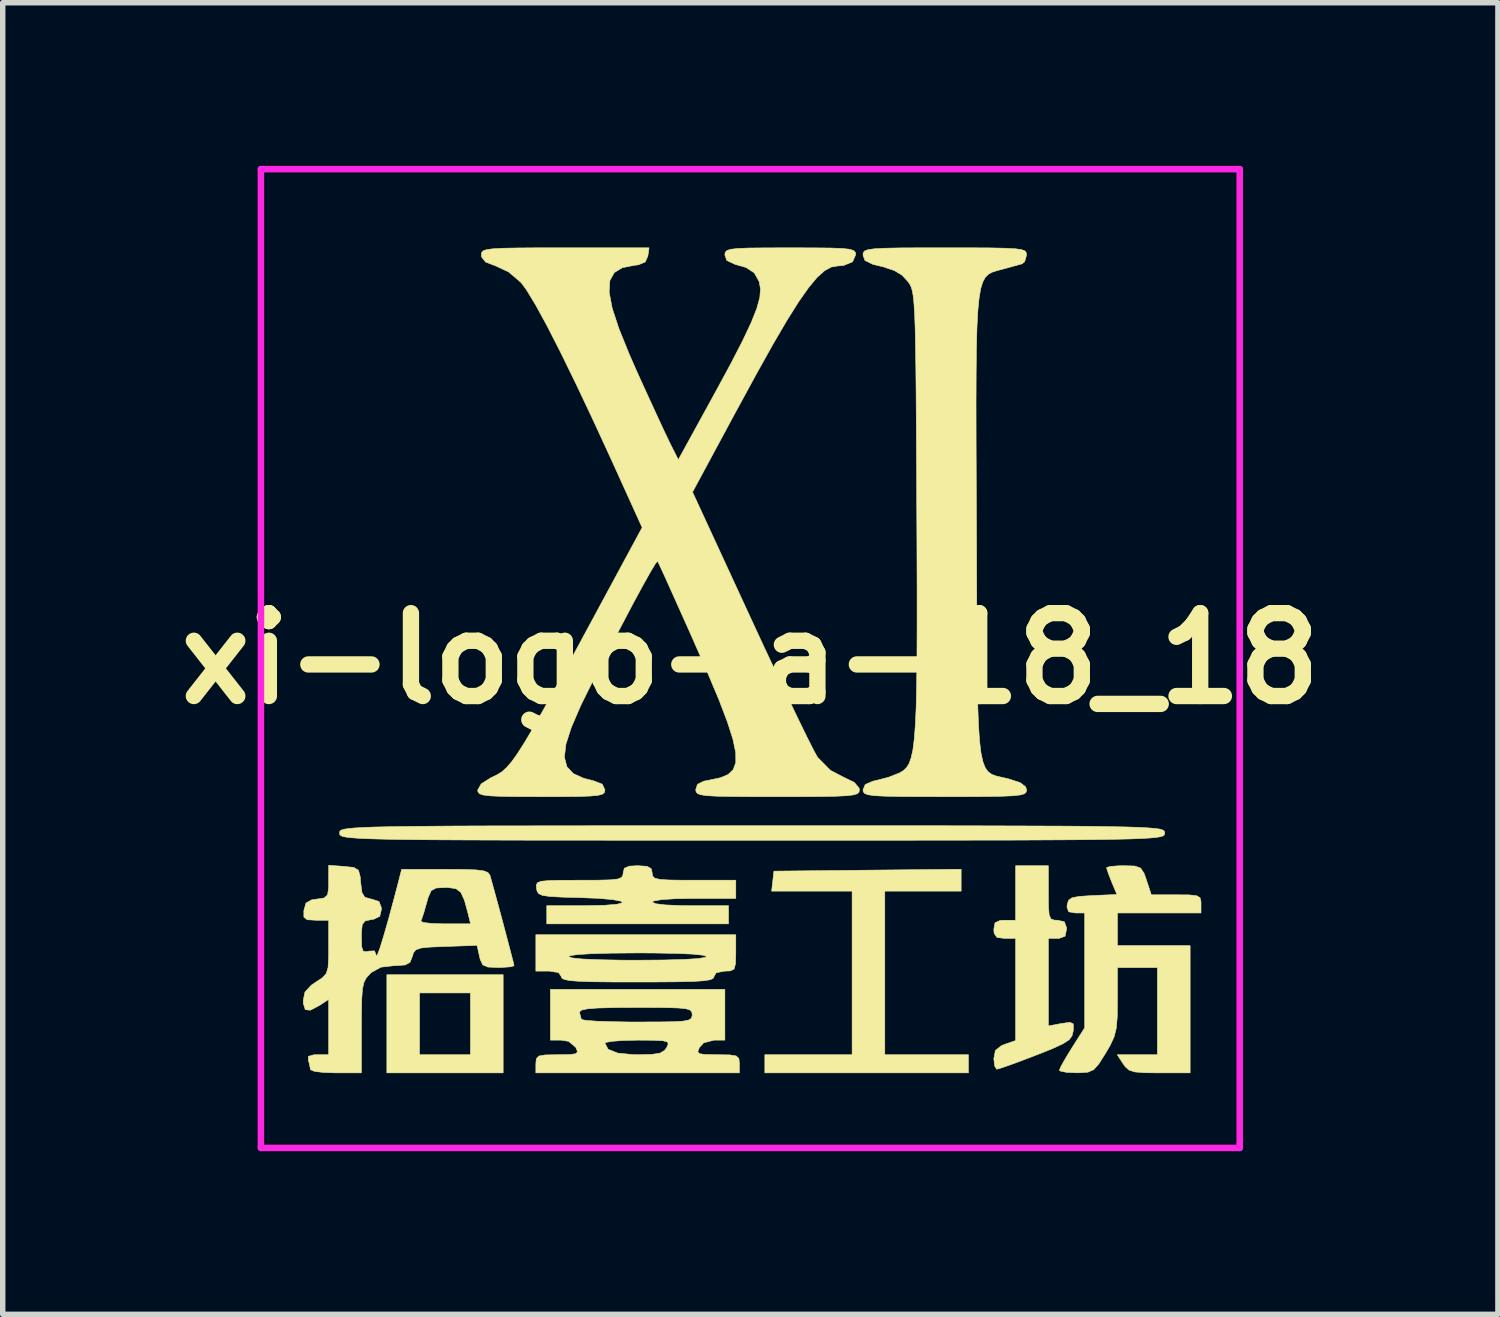
<source format=kicad_pcb>
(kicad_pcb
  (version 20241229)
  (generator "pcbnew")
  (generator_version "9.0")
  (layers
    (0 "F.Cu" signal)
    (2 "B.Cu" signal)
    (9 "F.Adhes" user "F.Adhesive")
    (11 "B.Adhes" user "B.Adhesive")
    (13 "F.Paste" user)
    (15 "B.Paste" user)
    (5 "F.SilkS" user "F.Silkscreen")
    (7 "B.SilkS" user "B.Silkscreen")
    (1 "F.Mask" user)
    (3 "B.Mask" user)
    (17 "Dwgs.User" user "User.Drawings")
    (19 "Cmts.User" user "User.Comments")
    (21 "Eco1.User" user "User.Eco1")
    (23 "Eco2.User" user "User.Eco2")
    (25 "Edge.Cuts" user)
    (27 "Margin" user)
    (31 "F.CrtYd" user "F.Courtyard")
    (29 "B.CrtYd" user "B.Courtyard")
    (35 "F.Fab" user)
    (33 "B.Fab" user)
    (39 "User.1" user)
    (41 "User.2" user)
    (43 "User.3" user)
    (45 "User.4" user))
  (footprint "xi-logo-a-18_18"
    (layer "F.Cu")
    (at 10.748 9.06)
    (property "Reference" "xi-logo-a-18_18" (at 0 0 0) (layer "F.SilkS") (effects (font (size 1.524 1.524) (thickness 0.3))))
    (attr through_hole)
    (fp_poly (pts (xy -4.545 7.62) (xy -6.684 7.62) (xy -6.684 6.149) (xy -6.083 6.149) (xy -6.083 7.286) (xy -5.147 7.286) (xy -5.147 6.149) (xy -6.083 6.149) (xy -6.684 6.149) (xy -6.684 5.815) (xy -4.545 5.815) (xy -4.545 7.62)) (stroke (width 0.01) (type solid)) (fill yes) (layer "F.SilkS"))
    (fp_poly (pts (xy 3.877 4.278) (xy 2.473 4.278) (xy 2.473 7.286) (xy 4.011 7.286) (xy 4.011 7.62) (xy 0.267 7.62) (xy 0.267 7.286) (xy 1.872 7.286) (xy 1.872 4.278) (xy 0.392 4.278) (xy 0.413 4.094) (xy 0.434 3.91) (xy 2.156 3.892) (xy 3.877 3.875) (xy 3.877 4.278)) (stroke (width 0.01) (type solid)) (fill yes) (layer "F.SilkS"))
    (fp_poly (pts (xy 5.481 4.311) (xy 5.483 4.566) (xy 5.496 4.716) (xy 5.528 4.788) (xy 5.589 4.811) (xy 5.648 4.813) (xy 5.775 4.84) (xy 5.815 4.949) (xy 5.815 4.98) (xy 5.788 5.107) (xy 5.679 5.146) (xy 5.648 5.147) (xy 5.481 5.147) (xy 5.481 6.757) (xy 5.72 6.712) (xy 5.877 6.69) (xy 5.939 6.718) (xy 5.941 6.82) (xy 5.937 6.852) (xy 5.916 6.939) (xy 5.862 7.011) (xy 5.75 7.084) (xy 5.56 7.172) (xy 5.267 7.289) (xy 5.251 7.295) (xy 4.973 7.401) (xy 4.741 7.486) (xy 4.584 7.539) (xy 4.532 7.553) (xy 4.494 7.495) (xy 4.478 7.359) (xy 4.507 7.207) (xy 4.618 7.119) (xy 4.679 7.095) (xy 4.879 7.025) (xy 4.879 5.147) (xy 4.679 5.147) (xy 4.536 5.129) (xy 4.483 5.052) (xy 4.478 4.98) (xy 4.5 4.86) (xy 4.592 4.817) (xy 4.679 4.813) (xy 4.879 4.813) (xy 4.879 3.81) (xy 5.481 3.81) (xy 5.481 4.311)) (stroke (width 0.01) (type solid)) (fill yes) (layer "F.SilkS"))
    (fp_poly (pts (xy -0.267 5.414) (xy -0.272 5.612) (xy -0.299 5.711) (xy -0.369 5.745) (xy -0.468 5.748) (xy -0.627 5.778) (xy -0.668 5.849) (xy -0.684 5.883) (xy -0.743 5.908) (xy -0.86 5.926) (xy -1.052 5.938) (xy -1.335 5.945) (xy -1.723 5.948) (xy -2.072 5.949) (xy -2.546 5.948) (xy -2.902 5.944) (xy -3.156 5.935) (xy -3.325 5.922) (xy -3.424 5.901) (xy -3.468 5.874) (xy -3.476 5.849) (xy -3.527 5.775) (xy -3.688 5.749) (xy -3.71 5.748) (xy -3.944 5.748) (xy -3.944 5.481) (xy -3.342 5.481) (xy -3.277 5.506) (xy -3.086 5.526) (xy -2.778 5.539) (xy -2.362 5.547) (xy -2.072 5.548) (xy -1.596 5.544) (xy -1.224 5.534) (xy -0.964 5.518) (xy -0.825 5.496) (xy -0.802 5.481) (xy -0.868 5.456) (xy -1.058 5.436) (xy -1.366 5.423) (xy -1.782 5.415) (xy -2.072 5.414) (xy -2.548 5.418) (xy -2.92 5.428) (xy -3.18 5.444) (xy -3.32 5.466) (xy -3.342 5.481) (xy -3.944 5.481) (xy -3.944 5.08) (xy -0.267 5.08) (xy -0.267 5.414)) (stroke (width 0.01) (type solid)) (fill yes) (layer "F.SilkS"))
    (fp_poly (pts (xy -1.897 3.821) (xy -1.82 3.867) (xy -1.805 3.944) (xy -1.797 4.001) (xy -1.757 4.039) (xy -1.664 4.062) (xy -1.493 4.073) (xy -1.224 4.077) (xy -1.036 4.077) (xy -0.267 4.077) (xy -0.267 4.412) (xy -1.036 4.412) (xy -1.378 4.417) (xy -1.63 4.433) (xy -1.775 4.458) (xy -1.805 4.478) (xy -1.741 4.509) (xy -1.562 4.531) (xy -1.285 4.543) (xy -1.103 4.545) (xy -0.401 4.545) (xy -0.401 4.879) (xy -3.743 4.879) (xy -3.743 4.545) (xy -3.041 4.545) (xy -2.682 4.538) (xy -2.453 4.519) (xy -2.352 4.493) (xy -2.377 4.463) (xy -2.525 4.434) (xy -2.794 4.41) (xy -3.125 4.397) (xy -3.459 4.388) (xy -3.683 4.376) (xy -3.819 4.357) (xy -3.891 4.325) (xy -3.922 4.276) (xy -3.932 4.228) (xy -3.936 4.165) (xy -3.914 4.122) (xy -3.844 4.096) (xy -3.704 4.083) (xy -3.473 4.078) (xy -3.146 4.077) (xy -2.806 4.076) (xy -2.578 4.07) (xy -2.44 4.055) (xy -2.368 4.027) (xy -2.343 3.984) (xy -2.339 3.944) (xy -2.317 3.856) (xy -2.226 3.818) (xy -2.072 3.81) (xy -1.897 3.821)) (stroke (width 0.01) (type solid)) (fill yes) (layer "F.SilkS"))
    (fp_poly (pts (xy 7.07 3.816) (xy 7.177 3.853) (xy 7.241 3.95) (xy 7.286 4.077) (xy 7.374 4.345) (xy 7.831 4.345) (xy 8.072 4.347) (xy 8.209 4.362) (xy 8.271 4.4) (xy 8.288 4.472) (xy 8.288 4.512) (xy 8.288 4.679) (xy 6.751 4.679) (xy 6.751 5.281) (xy 8.088 5.281) (xy 8.088 7.62) (xy 7.527 7.62) (xy 7.25 7.617) (xy 7.075 7.603) (xy 6.968 7.57) (xy 6.898 7.51) (xy 6.857 7.453) (xy 6.748 7.286) (xy 7.486 7.286) (xy 7.486 5.682) (xy 6.751 5.682) (xy 6.751 6.29) (xy 6.748 6.588) (xy 6.73 6.797) (xy 6.69 6.958) (xy 6.617 7.115) (xy 6.534 7.257) (xy 6.41 7.453) (xy 6.315 7.561) (xy 6.208 7.607) (xy 6.05 7.618) (xy 5.999 7.618) (xy 5.814 7.61) (xy 5.701 7.586) (xy 5.683 7.57) (xy 5.718 7.491) (xy 5.806 7.336) (xy 5.917 7.155) (xy 6.149 6.791) (xy 6.149 4.679) (xy 5.978 4.679) (xy 5.853 4.657) (xy 5.823 4.569) (xy 5.827 4.529) (xy 5.851 4.447) (xy 5.915 4.4) (xy 6.05 4.374) (xy 6.286 4.359) (xy 6.295 4.359) (xy 6.742 4.339) (xy 6.646 4.11) (xy 6.584 3.952) (xy 6.552 3.854) (xy 6.551 3.846) (xy 6.611 3.825) (xy 6.764 3.812) (xy 6.874 3.81) (xy 7.07 3.816)) (stroke (width 0.01) (type solid)) (fill yes) (layer "F.SilkS"))
    (fp_poly (pts (xy 1.201 3.075) (xy 2.243 3.075) (xy 3.165 3.075) (xy 3.975 3.076) (xy 4.68 3.078) (xy 5.289 3.08) (xy 5.806 3.082) (xy 6.241 3.086) (xy 6.6 3.091) (xy 6.891 3.097) (xy 7.12 3.104) (xy 7.296 3.113) (xy 7.424 3.123) (xy 7.514 3.134) (xy 7.57 3.148) (xy 7.602 3.164) (xy 7.616 3.181) (xy 7.62 3.201) (xy 7.62 3.208) (xy 7.618 3.229) (xy 7.609 3.247) (xy 7.584 3.264) (xy 7.536 3.278) (xy 7.459 3.29) (xy 7.345 3.301) (xy 7.186 3.31) (xy 6.976 3.318) (xy 6.708 3.324) (xy 6.373 3.329) (xy 5.965 3.333) (xy 5.476 3.336) (xy 4.9 3.339) (xy 4.229 3.34) (xy 3.456 3.341) (xy 2.573 3.342) (xy 1.573 3.342) (xy 0.45 3.342) (xy 0.033 3.342) (xy -1.134 3.342) (xy -2.176 3.342) (xy -3.098 3.341) (xy -3.908 3.341) (xy -4.614 3.339) (xy -5.222 3.337) (xy -5.739 3.334) (xy -6.174 3.331) (xy -6.533 3.326) (xy -6.824 3.32) (xy -7.054 3.313) (xy -7.229 3.304) (xy -7.358 3.294) (xy -7.447 3.282) (xy -7.504 3.269) (xy -7.535 3.253) (xy -7.55 3.236) (xy -7.553 3.216) (xy -7.553 3.208) (xy -7.552 3.188) (xy -7.542 3.169) (xy -7.517 3.153) (xy -7.47 3.139) (xy -7.392 3.127) (xy -7.278 3.116) (xy -7.12 3.107) (xy -6.91 3.099) (xy -6.641 3.093) (xy -6.306 3.088) (xy -5.898 3.084) (xy -5.41 3.08) (xy -4.833 3.078) (xy -4.162 3.077) (xy -3.389 3.076) (xy -2.506 3.075) (xy -1.506 3.075) (xy -0.383 3.075) (xy 0.033 3.075) (xy 1.201 3.075)) (stroke (width 0.01) (type solid)) (fill yes) (layer "F.SilkS"))
    (fp_poly (pts (xy -0.468 7.018) (xy -0.666 7.018) (xy -0.858 7.067) (xy -0.936 7.152) (xy -0.966 7.226) (xy -0.94 7.266) (xy -0.833 7.282) (xy -0.618 7.286) (xy -0.604 7.286) (xy -0.381 7.289) (xy -0.26 7.308) (xy -0.21 7.356) (xy -0.201 7.445) (xy -0.201 7.453) (xy -0.201 7.62) (xy -3.944 7.62) (xy -3.944 7.453) (xy -3.935 7.36) (xy -3.889 7.31) (xy -3.774 7.29) (xy -3.558 7.286) (xy -3.54 7.286) (xy -3.32 7.283) (xy -3.207 7.267) (xy -3.178 7.229) (xy -3.206 7.157) (xy -3.208 7.152) (xy -3.303 7.072) (xy -2.674 7.072) (xy -2.616 7.185) (xy -2.441 7.256) (xy -2.144 7.285) (xy -2.061 7.286) (xy -1.811 7.28) (xy -1.661 7.257) (xy -1.576 7.207) (xy -1.537 7.152) (xy -1.51 7.089) (xy -1.526 7.05) (xy -1.608 7.029) (xy -1.777 7.02) (xy -2.057 7.018) (xy -2.07 7.018) (xy -2.335 7.024) (xy -2.541 7.039) (xy -2.658 7.06) (xy -2.674 7.072) (xy -3.303 7.072) (xy -3.34 7.04) (xy -3.478 7.018) (xy -3.676 7.018) (xy -3.676 6.506) (xy -3.142 6.506) (xy -3.112 6.62) (xy -3.097 6.64) (xy -3.018 6.655) (xy -2.829 6.669) (xy -2.557 6.678) (xy -2.224 6.684) (xy -2.061 6.684) (xy -1.678 6.683) (xy -1.409 6.679) (xy -1.234 6.668) (xy -1.132 6.648) (xy -1.084 6.617) (xy -1.07 6.571) (xy -1.069 6.551) (xy -1.076 6.5) (xy -1.108 6.464) (xy -1.186 6.44) (xy -1.328 6.426) (xy -1.555 6.419) (xy -1.886 6.417) (xy -2.106 6.417) (xy -2.514 6.419) (xy -2.805 6.427) (xy -2.996 6.442) (xy -3.102 6.465) (xy -3.141 6.498) (xy -3.142 6.506) (xy -3.676 6.506) (xy -3.676 6.083) (xy -0.468 6.083) (xy -0.468 7.018)) (stroke (width 0.01) (type solid)) (fill yes) (layer "F.SilkS"))
    (fp_poly (pts (xy 4.061 -7.553) (xy 4.429 -7.551) (xy 4.696 -7.545) (xy 4.877 -7.535) (xy 4.99 -7.519) (xy 5.051 -7.495) (xy 5.075 -7.462) (xy 5.08 -7.418) (xy 5.08 -7.417) (xy 5.044 -7.296) (xy 4.996 -7.258) (xy 4.884 -7.227) (xy 4.7 -7.176) (xy 4.624 -7.156) (xy 4.53 -7.131) (xy 4.449 -7.105) (xy 4.38 -7.068) (xy 4.322 -7.011) (xy 4.275 -6.925) (xy 4.236 -6.8) (xy 4.207 -6.626) (xy 4.184 -6.394) (xy 4.168 -6.094) (xy 4.158 -5.717) (xy 4.153 -5.254) (xy 4.151 -4.695) (xy 4.152 -4.03) (xy 4.155 -3.251) (xy 4.159 -2.377) (xy 4.162 -1.497) (xy 4.165 -0.741) (xy 4.169 -0.099) (xy 4.175 0.439) (xy 4.183 0.881) (xy 4.197 1.238) (xy 4.216 1.519) (xy 4.242 1.735) (xy 4.276 1.894) (xy 4.319 2.006) (xy 4.373 2.082) (xy 4.44 2.13) (xy 4.519 2.16) (xy 4.613 2.182) (xy 4.722 2.206) (xy 4.752 2.214) (xy 4.964 2.283) (xy 5.064 2.36) (xy 5.08 2.419) (xy 5.072 2.458) (xy 5.039 2.488) (xy 4.963 2.509) (xy 4.829 2.524) (xy 4.62 2.533) (xy 4.321 2.538) (xy 3.915 2.54) (xy 3.576 2.54) (xy 3.09 2.539) (xy 2.722 2.537) (xy 2.455 2.531) (xy 2.273 2.521) (xy 2.16 2.504) (xy 2.1 2.48) (xy 2.076 2.447) (xy 2.072 2.414) (xy 2.114 2.316) (xy 2.256 2.255) (xy 2.32 2.241) (xy 2.543 2.183) (xy 2.741 2.105) (xy 2.75 2.101) (xy 2.815 2.061) (xy 2.87 2.009) (xy 2.918 1.935) (xy 2.957 1.828) (xy 2.99 1.68) (xy 3.015 1.481) (xy 3.035 1.221) (xy 3.05 0.891) (xy 3.059 0.481) (xy 3.065 -0.019) (xy 3.067 -0.617) (xy 3.067 -1.324) (xy 3.064 -2.149) (xy 3.061 -2.727) (xy 3.057 -3.56) (xy 3.053 -4.269) (xy 3.049 -4.866) (xy 3.044 -5.36) (xy 3.038 -5.762) (xy 3.031 -6.083) (xy 3.022 -6.333) (xy 3.01 -6.521) (xy 2.997 -6.66) (xy 2.98 -6.759) (xy 2.96 -6.828) (xy 2.936 -6.878) (xy 2.908 -6.92) (xy 2.904 -6.926) (xy 2.792 -7.048) (xy 2.649 -7.135) (xy 2.437 -7.205) (xy 2.256 -7.248) (xy 2.107 -7.321) (xy 2.072 -7.421) (xy 2.077 -7.463) (xy 2.103 -7.496) (xy 2.166 -7.519) (xy 2.283 -7.535) (xy 2.469 -7.545) (xy 2.741 -7.551) (xy 3.116 -7.553) (xy 3.576 -7.553) (xy 4.061 -7.553)) (stroke (width 0.01) (type solid)) (fill yes) (layer "F.SilkS"))
    (fp_poly (pts (xy -7.47 3.823) (xy -7.291 3.842) (xy -7.206 3.893) (xy -7.174 4.013) (xy -7.165 4.123) (xy -7.142 4.303) (xy -7.089 4.39) (xy -6.98 4.422) (xy -6.965 4.424) (xy -6.829 4.468) (xy -6.785 4.58) (xy -6.784 4.612) (xy -6.814 4.741) (xy -6.927 4.795) (xy -6.968 4.8) (xy -7.082 4.825) (xy -7.136 4.891) (xy -7.151 5.037) (xy -7.152 5.122) (xy -7.146 5.305) (xy -7.117 5.385) (xy -7.05 5.39) (xy -7.018 5.381) (xy -6.91 5.376) (xy -6.879 5.46) (xy -6.861 5.455) (xy -6.814 5.334) (xy -6.744 5.108) (xy -6.664 4.829) (xy -6.06 4.829) (xy -6.014 4.854) (xy -5.866 4.872) (xy -5.646 4.879) (xy -5.617 4.879) (xy -5.144 4.879) (xy -5.189 4.696) (xy -5.256 4.447) (xy -5.323 4.301) (xy -5.414 4.232) (xy -5.553 4.212) (xy -5.611 4.211) (xy -5.778 4.22) (xy -5.869 4.269) (xy -5.925 4.395) (xy -5.953 4.495) (xy -6.006 4.68) (xy -6.049 4.807) (xy -6.06 4.829) (xy -6.664 4.829) (xy -6.653 4.79) (xy -6.546 4.394) (xy -6.485 4.161) (xy -6.412 3.877) (xy -5.617 3.877) (xy -5.275 3.879) (xy -5.045 3.887) (xy -4.902 3.905) (xy -4.825 3.936) (xy -4.79 3.983) (xy -4.786 3.994) (xy -4.747 4.132) (xy -4.687 4.35) (xy -4.614 4.618) (xy -4.537 4.905) (xy -4.464 5.182) (xy -4.402 5.418) (xy -4.359 5.584) (xy -4.345 5.649) (xy -4.404 5.669) (xy -4.555 5.68) (xy -4.64 5.682) (xy -4.826 5.674) (xy -4.921 5.633) (xy -4.967 5.533) (xy -4.98 5.479) (xy -5.025 5.275) (xy -5.601 5.295) (xy -5.88 5.306) (xy -6.053 5.323) (xy -6.148 5.355) (xy -6.194 5.409) (xy -6.216 5.481) (xy -6.258 5.586) (xy -6.344 5.635) (xy -6.516 5.648) (xy -6.551 5.648) (xy -6.793 5.676) (xy -6.965 5.77) (xy -6.999 5.802) (xy -7.063 5.874) (xy -7.106 5.959) (xy -7.133 6.08) (xy -7.146 6.265) (xy -7.151 6.54) (xy -7.152 6.788) (xy -7.152 7.62) (xy -7.62 7.62) (xy -7.851 7.612) (xy -8.018 7.591) (xy -8.088 7.561) (xy -8.088 7.559) (xy -8.11 7.447) (xy -8.128 7.392) (xy -8.128 7.316) (xy -8.031 7.288) (xy -7.961 7.286) (xy -7.754 7.286) (xy -7.754 6.268) (xy -7.918 6.376) (xy -8.089 6.467) (xy -8.184 6.458) (xy -8.22 6.343) (xy -8.222 6.289) (xy -8.19 6.133) (xy -8.073 6.007) (xy -7.988 5.949) (xy -7.868 5.87) (xy -7.798 5.793) (xy -7.765 5.682) (xy -7.755 5.5) (xy -7.754 5.308) (xy -7.754 4.813) (xy -7.992 4.813) (xy -8.15 4.803) (xy -8.21 4.754) (xy -8.21 4.634) (xy -8.209 4.629) (xy -8.171 4.497) (xy -8.067 4.438) (xy -7.971 4.424) (xy -7.837 4.403) (xy -7.774 4.347) (xy -7.755 4.217) (xy -7.754 4.103) (xy -7.754 3.802) (xy -7.47 3.823)) (stroke (width 0.01) (type solid)) (fill yes) (layer "F.SilkS"))
    (fp_poly (pts (xy -1.884 -7.403) (xy -1.931 -7.293) (xy -2.055 -7.241) (xy -2.139 -7.23) (xy -2.354 -7.187) (xy -2.502 -7.097) (xy -2.583 -6.95) (xy -2.596 -6.737) (xy -2.541 -6.445) (xy -2.417 -6.067) (xy -2.224 -5.59) (xy -2.071 -5.243) (xy -1.903 -4.874) (xy -1.744 -4.528) (xy -1.607 -4.232) (xy -1.503 -4.013) (xy -1.456 -3.917) (xy -1.324 -3.656) (xy -0.635 -4.912) (xy -0.355 -5.429) (xy -0.14 -5.847) (xy 0.017 -6.179) (xy 0.12 -6.439) (xy 0.175 -6.641) (xy 0.187 -6.8) (xy 0.163 -6.929) (xy 0.161 -6.935) (xy 0.073 -7.092) (xy -0.078 -7.191) (xy -0.284 -7.25) (xy -0.432 -7.32) (xy -0.468 -7.421) (xy -0.462 -7.468) (xy -0.432 -7.502) (xy -0.36 -7.526) (xy -0.228 -7.541) (xy -0.017 -7.549) (xy 0.29 -7.552) (xy 0.713 -7.553) (xy 0.735 -7.553) (xy 1.163 -7.552) (xy 1.476 -7.549) (xy 1.691 -7.541) (xy 1.827 -7.526) (xy 1.901 -7.502) (xy 1.932 -7.469) (xy 1.938 -7.427) (xy 1.88 -7.295) (xy 1.713 -7.227) (xy 1.604 -7.219) (xy 1.488 -7.199) (xy 1.366 -7.132) (xy 1.229 -7.01) (xy 1.073 -6.823) (xy 0.89 -6.563) (xy 0.674 -6.219) (xy 0.419 -5.784) (xy 0.119 -5.247) (xy -0.233 -4.6) (xy -0.258 -4.555) (xy -1.063 -3.061) (xy 0.006 -0.745) (xy 0.251 -0.216) (xy 0.486 0.284) (xy 0.701 0.739) (xy 0.891 1.134) (xy 1.047 1.454) (xy 1.163 1.684) (xy 1.232 1.809) (xy 1.235 1.815) (xy 1.473 2.056) (xy 1.701 2.175) (xy 1.912 2.278) (xy 2.001 2.383) (xy 2.005 2.415) (xy 1.999 2.456) (xy 1.968 2.486) (xy 1.896 2.508) (xy 1.768 2.523) (xy 1.567 2.533) (xy 1.277 2.538) (xy 0.882 2.54) (xy 0.501 2.54) (xy 0.016 2.54) (xy -0.352 2.537) (xy -0.619 2.532) (xy -0.8 2.522) (xy -0.913 2.505) (xy -0.974 2.481) (xy -0.998 2.448) (xy -1.003 2.407) (xy -0.971 2.313) (xy -0.857 2.256) (xy -0.731 2.231) (xy -0.548 2.192) (xy -0.409 2.133) (xy -0.315 2.044) (xy -0.267 1.914) (xy -0.268 1.732) (xy -0.319 1.486) (xy -0.421 1.167) (xy -0.575 0.762) (xy -0.785 0.263) (xy -1.051 -0.344) (xy -1.136 -0.535) (xy -1.304 -0.91) (xy -1.453 -1.242) (xy -1.574 -1.511) (xy -1.661 -1.699) (xy -1.703 -1.787) (xy -1.705 -1.792) (xy -1.745 -1.745) (xy -1.839 -1.588) (xy -1.984 -1.329) (xy -2.174 -0.977) (xy -2.404 -0.54) (xy -2.671 -0.027) (xy -2.867 0.356) (xy -3.115 0.857) (xy -3.289 1.259) (xy -3.391 1.574) (xy -3.419 1.814) (xy -3.373 1.99) (xy -3.255 2.116) (xy -3.065 2.202) (xy -2.887 2.247) (xy -2.723 2.31) (xy -2.674 2.415) (xy -2.681 2.46) (xy -2.716 2.493) (xy -2.797 2.515) (xy -2.943 2.529) (xy -3.17 2.537) (xy -3.498 2.54) (xy -3.843 2.54) (xy -4.265 2.539) (xy -4.572 2.535) (xy -4.782 2.526) (xy -4.912 2.51) (xy -4.982 2.486) (xy -5.009 2.451) (xy -5.013 2.419) (xy -4.949 2.305) (xy -4.767 2.19) (xy -4.74 2.178) (xy -4.65 2.134) (xy -4.566 2.081) (xy -4.481 2.005) (xy -4.389 1.898) (xy -4.281 1.747) (xy -4.151 1.542) (xy -3.991 1.272) (xy -3.795 0.924) (xy -3.556 0.49) (xy -3.267 -0.043) (xy -3.009 -0.52) (xy -1.989 -2.409) (xy -2.542 -3.628) (xy -2.888 -4.379) (xy -3.205 -5.05) (xy -3.49 -5.633) (xy -3.739 -6.12) (xy -3.949 -6.504) (xy -4.115 -6.778) (xy -4.215 -6.913) (xy -4.443 -7.108) (xy -4.685 -7.221) (xy -4.868 -7.291) (xy -4.942 -7.384) (xy -4.946 -7.422) (xy -4.941 -7.464) (xy -4.915 -7.496) (xy -4.851 -7.519) (xy -4.734 -7.535) (xy -4.548 -7.545) (xy -4.277 -7.55) (xy -3.905 -7.553) (xy -3.415 -7.553) (xy -1.862 -7.553) (xy -1.884 -7.403)) (stroke (width 0.01) (type solid)) (fill yes) (layer "F.SilkS"))
    (fp_line (start -9 -9) (end -9 9) (stroke (width 0.12) (type solid)) (layer "F.CrtYd"))
    (fp_line (start -9 9) (end 9 9) (stroke (width 0.12) (type solid)) (layer "F.CrtYd"))
    (fp_line (start 9 -9) (end -9 -9) (stroke (width 0.12) (type solid)) (layer "F.CrtYd"))
    (fp_line (start 9 9) (end 9 -9) (stroke (width 0.12) (type solid)) (layer "F.CrtYd")))
  (gr_rect
    (start -3 -3)
    (end 24.496 21.12)
    (stroke (width 0.1) (type default))
    (fill no)
    (layer "Edge.Cuts")))
</source>
